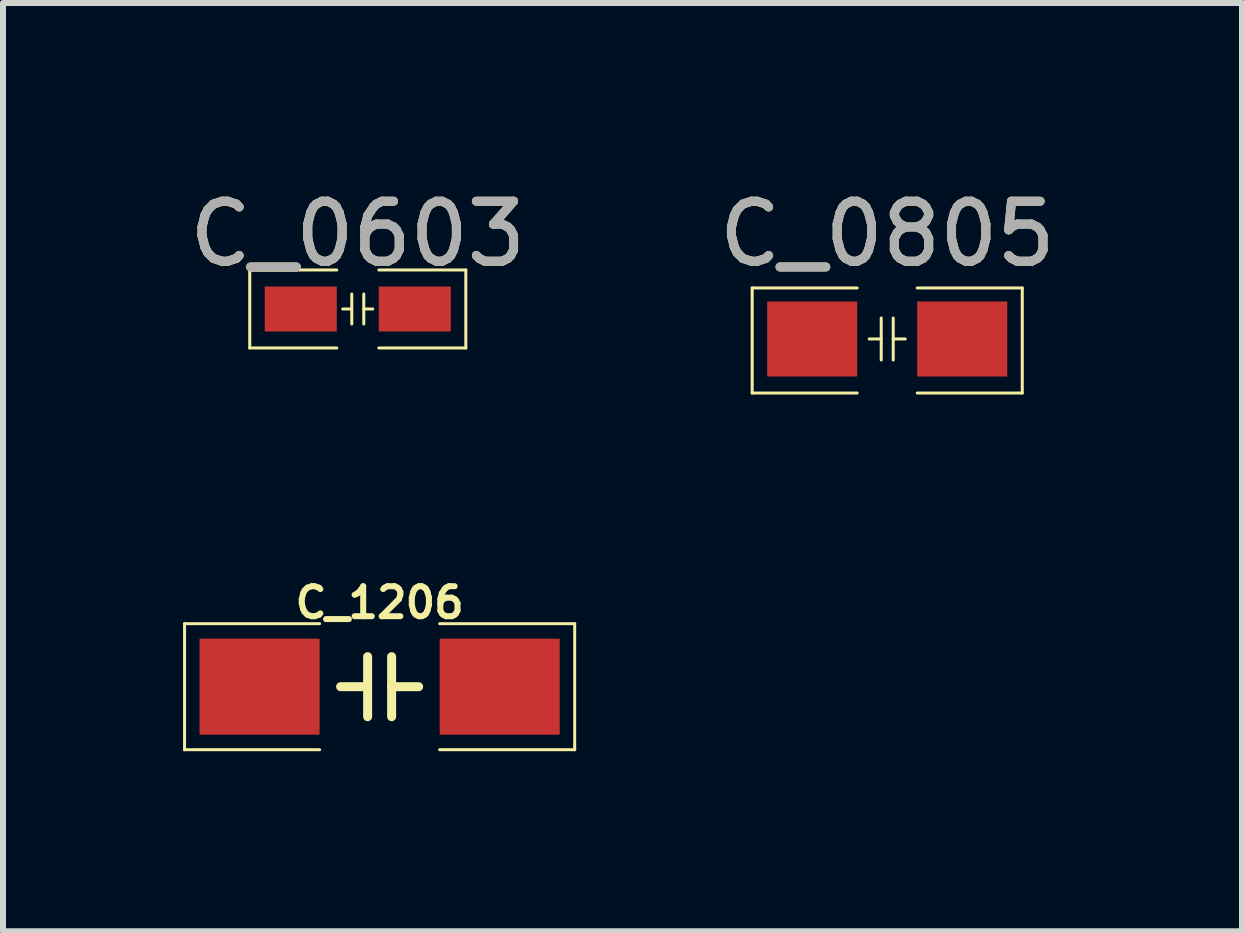
<source format=kicad_pcb>
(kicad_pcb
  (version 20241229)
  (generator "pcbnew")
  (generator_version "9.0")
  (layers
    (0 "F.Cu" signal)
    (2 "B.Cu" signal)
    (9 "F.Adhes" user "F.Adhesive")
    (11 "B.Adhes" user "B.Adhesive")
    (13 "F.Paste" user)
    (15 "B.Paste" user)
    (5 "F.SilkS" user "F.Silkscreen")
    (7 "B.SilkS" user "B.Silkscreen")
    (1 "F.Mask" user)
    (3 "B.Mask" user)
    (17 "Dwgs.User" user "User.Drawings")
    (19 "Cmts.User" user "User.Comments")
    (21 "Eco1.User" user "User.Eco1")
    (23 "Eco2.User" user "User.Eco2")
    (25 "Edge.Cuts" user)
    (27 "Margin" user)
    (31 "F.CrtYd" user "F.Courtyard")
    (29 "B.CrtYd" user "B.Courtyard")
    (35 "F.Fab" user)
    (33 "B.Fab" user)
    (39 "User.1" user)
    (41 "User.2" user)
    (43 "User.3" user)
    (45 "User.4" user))
  (footprint "C_0603"
    (layer "F.Cu")
    (at 2.911 2.098)
    (property "Reference" "C_0603" (at 0 -1.25 0) (layer "F.SilkS") (effects (font (size 1 1) (thickness 0.15))))
    (attr smd)
    (fp_line (start -1.8 -0.65) (end -1.8 0.65) (stroke (width 0.05) (type solid)) (layer "F.SilkS"))
    (fp_line (start -1.8 -0.65) (end -0.35 -0.65) (stroke (width 0.05) (type solid)) (layer "F.SilkS"))
    (fp_line (start -1.8 0.65) (end -0.35 0.65) (stroke (width 0.05) (type solid)) (layer "F.SilkS"))
    (fp_line (start -0.25 0) (end -0.1 0) (stroke (width 0.05) (type solid)) (layer "F.SilkS"))
    (fp_line (start -0.1 0.25) (end -0.1 -0.25) (stroke (width 0.05) (type solid)) (layer "F.SilkS"))
    (fp_line (start 0.1 0) (end 0.25 0) (stroke (width 0.05) (type solid)) (layer "F.SilkS"))
    (fp_line (start 0.1 0.25) (end 0.1 -0.25) (stroke (width 0.05) (type solid)) (layer "F.SilkS"))
    (fp_line (start 0.35 -0.65) (end 1.8 -0.65) (stroke (width 0.05) (type solid)) (layer "F.SilkS"))
    (fp_line (start 0.35 0.65) (end 1.8 0.65) (stroke (width 0.05) (type solid)) (layer "F.SilkS"))
    (fp_line (start 1.8 0.65) (end 1.8 -0.65) (stroke (width 0.05) (type solid)) (layer "F.SilkS"))
    (fp_text user "${REFERENCE}" (at 0 -1.25 0) (layer "F.Fab") (effects (font (size 1 1) (thickness 0.15))))
    (pad "1" smd rect (at -0.95 0) (size 1.2 0.75) (layers "F.Cu" "F.Mask" "F.Paste"))
    (pad "2" smd rect (at 0.95 0) (size 1.2 0.75) (layers "F.Cu" "F.Mask" "F.Paste")))
  (footprint "C_1206"
    (layer "F.Cu")
    (at 3.275 8.391)
    (property "Reference" "C_1206" (at 0 -1.4 0) (layer "F.SilkS") (effects (font (size 0.5 0.5) (thickness 0.1))))
    (attr smd)
    (fp_line (start -3.25 -1.05) (end -3.25 1.05) (stroke (width 0.05) (type solid)) (layer "F.SilkS"))
    (fp_line (start -3.25 -1.05) (end -1 -1.05) (stroke (width 0.05) (type solid)) (layer "F.SilkS"))
    (fp_line (start -3.25 1.05) (end -1 1.05) (stroke (width 0.05) (type solid)) (layer "F.SilkS"))
    (fp_line (start -0.2 -0.5) (end -0.2 0.5) (stroke (width 0.15) (type solid)) (layer "F.SilkS"))
    (fp_line (start -0.2 0) (end -0.65 0) (stroke (width 0.15) (type solid)) (layer "F.SilkS"))
    (fp_line (start 0.2 -0.5) (end 0.2 0.5) (stroke (width 0.15) (type solid)) (layer "F.SilkS"))
    (fp_line (start 0.65 0) (end 0.2 0) (stroke (width 0.15) (type solid)) (layer "F.SilkS"))
    (fp_line (start 1 -1.05) (end 3.25 -1.05) (stroke (width 0.05) (type solid)) (layer "F.SilkS"))
    (fp_line (start 1 1.05) (end 3.25 1.05) (stroke (width 0.05) (type solid)) (layer "F.SilkS"))
    (fp_line (start 3.25 1.05) (end 3.25 -1.05) (stroke (width 0.05) (type solid)) (layer "F.SilkS"))
    (pad "1" smd rect (at -2 0) (size 2 1.6) (layers "F.Cu" "F.Mask" "F.Paste"))
    (pad "2" smd rect (at 2 0) (size 2 1.6) (layers "F.Cu" "F.Mask" "F.Paste")))
  (footprint "C_0805"
    (layer "F.Cu")
    (at 11.732 2.598)
    (property "Reference" "C_0805" (at 0 -1.75 0) (layer "F.SilkS") (effects (font (size 1 1) (thickness 0.15))))
    (attr smd)
    (fp_line (start -2.25 -0.85) (end -2.25 0.9) (stroke (width 0.05) (type solid)) (layer "F.SilkS"))
    (fp_line (start -2.25 -0.85) (end -0.5 -0.85) (stroke (width 0.05) (type solid)) (layer "F.SilkS"))
    (fp_line (start -2.25 0.9) (end -0.5 0.9) (stroke (width 0.05) (type solid)) (layer "F.SilkS"))
    (fp_line (start -0.1 -0.35) (end -0.1 0.35) (stroke (width 0.05) (type solid)) (layer "F.SilkS"))
    (fp_line (start -0.1 0) (end -0.3 0) (stroke (width 0.05) (type solid)) (layer "F.SilkS"))
    (fp_line (start 0.1 -0.35) (end 0.1 0.35) (stroke (width 0.05) (type solid)) (layer "F.SilkS"))
    (fp_line (start 0.3 0) (end 0.1 0) (stroke (width 0.05) (type solid)) (layer "F.SilkS"))
    (fp_line (start 0.5 -0.85) (end 2.25 -0.85) (stroke (width 0.05) (type solid)) (layer "F.SilkS"))
    (fp_line (start 0.5 0.9) (end 2.25 0.9) (stroke (width 0.05) (type solid)) (layer "F.SilkS"))
    (fp_line (start 2.25 -0.85) (end 2.25 0.9) (stroke (width 0.05) (type solid)) (layer "F.SilkS"))
    (fp_text user "${REFERENCE}" (at 0 -1.75 0) (layer "F.Fab") (effects (font (size 1 1) (thickness 0.15))))
    (pad "1" smd rect (at -1.25 0) (size 1.5 1.25) (layers "F.Cu" "F.Mask" "F.Paste"))
    (pad "2" smd rect (at 1.25 0) (size 1.5 1.25) (layers "F.Cu" "F.Mask" "F.Paste")))
  (gr_rect
    (start -3 -3)
    (end 17.643 12.466)
    (stroke (width 0.1) (type default))
    (fill no)
    (layer "Edge.Cuts")))
</source>
